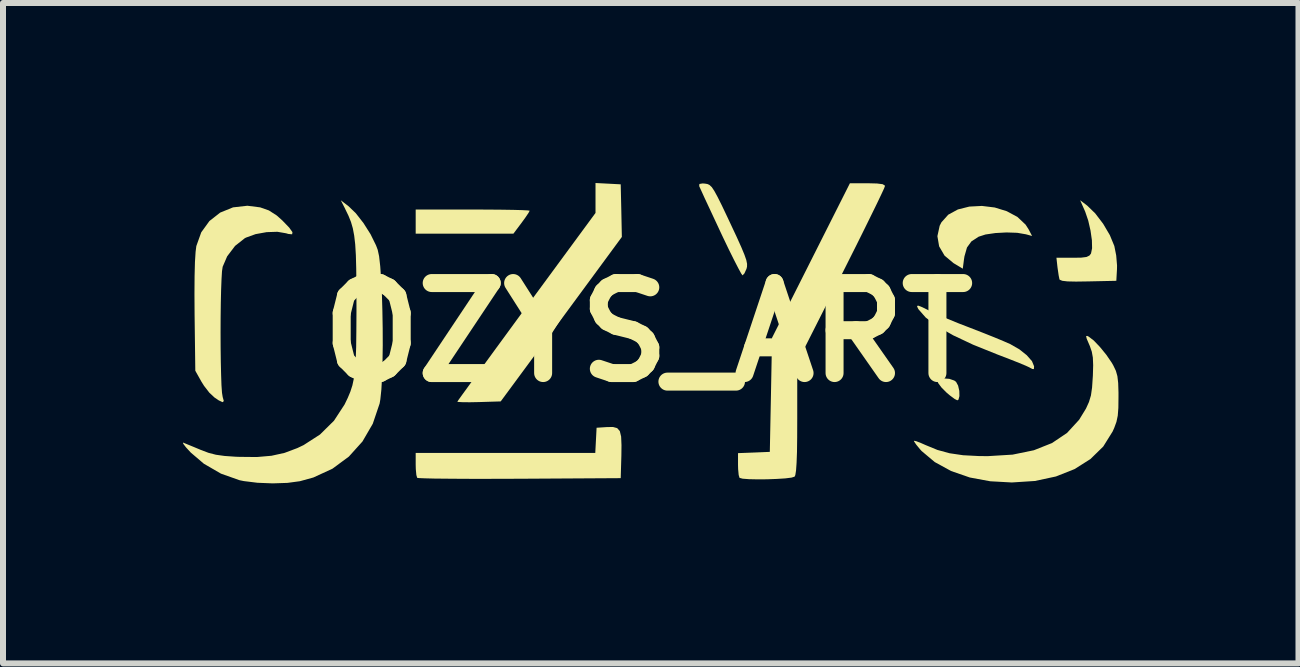
<source format=kicad_pcb>
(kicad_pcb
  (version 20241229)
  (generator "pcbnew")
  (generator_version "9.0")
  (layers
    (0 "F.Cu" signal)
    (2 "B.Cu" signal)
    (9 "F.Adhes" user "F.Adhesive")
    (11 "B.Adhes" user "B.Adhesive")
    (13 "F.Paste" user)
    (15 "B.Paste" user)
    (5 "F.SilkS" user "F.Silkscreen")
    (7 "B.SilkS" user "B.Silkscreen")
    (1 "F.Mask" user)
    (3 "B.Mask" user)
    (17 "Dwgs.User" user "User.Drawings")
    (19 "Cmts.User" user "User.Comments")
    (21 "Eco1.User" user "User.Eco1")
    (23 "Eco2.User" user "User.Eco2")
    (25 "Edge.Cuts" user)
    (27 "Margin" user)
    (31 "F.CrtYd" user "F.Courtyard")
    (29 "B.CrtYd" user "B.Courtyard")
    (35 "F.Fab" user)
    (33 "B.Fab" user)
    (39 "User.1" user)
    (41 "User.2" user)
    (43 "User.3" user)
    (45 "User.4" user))
  (footprint "OZYS_ART"
    (layer "F.Cu")
    (at 7.752 2.489)
    (property "Reference" "OZYS_ART" (at 0 0 0) (layer "F.SilkS") (effects (font (size 1.5 1.5) (thickness 0.3))))
    (attr board_only exclude_from_pos_files exclude_from_bom)
    (fp_poly (pts (xy -2.669 -2.046) (xy -2.44 -2.044) (xy -2.246 -2.041) (xy -2.097 -2.037) (xy -2.004 -2.032) (xy -1.974 -2.027) (xy -1.994 -1.99) (xy -2.046 -1.913) (xy -2.109 -1.826) (xy -2.245 -1.645) (xy -3.059 -1.645) (xy -3.874 -1.645) (xy -3.874 -1.846) (xy -3.874 -2.047) (xy -2.924 -2.047)) (stroke (width 0) (type solid)) (fill yes) (layer "F.SilkS"))
    (fp_poly (pts (xy 5.02 0.775) (xy 5.102 0.803) (xy 5.132 0.825) (xy 5.166 0.888) (xy 5.186 0.976) (xy 5.188 1.063) (xy 5.172 1.122) (xy 5.153 1.133) (xy 5.108 1.11) (xy 5.03 1.052) (xy 4.97 1.001) (xy 4.888 0.918) (xy 4.835 0.847) (xy 4.824 0.818) (xy 4.855 0.782) (xy 4.928 0.768)) (stroke (width 0) (type solid)) (fill yes) (layer "F.SilkS"))
    (fp_poly (pts (xy -0.667 -2.478) (xy -0.457 -2.467) (xy -0.447 -2.028) (xy -0.438 -1.59) (xy -1.447 -0.219) (xy -2.457 1.151) (xy -2.818 1.162) (xy -2.971 1.165) (xy -3.091 1.164) (xy -3.165 1.16) (xy -3.18 1.156) (xy -3.159 1.124) (xy -3.098 1.039) (xy -3.002 0.907) (xy -2.875 0.731) (xy -2.72 0.519) (xy -2.542 0.275) (xy -2.345 0.006) (xy -2.132 -0.285) (xy -2.028 -0.425) (xy -0.877 -1.99) (xy -0.877 -2.24) (xy -0.877 -2.489)) (stroke (width 0) (type solid)) (fill yes) (layer "F.SilkS"))
    (fp_poly (pts (xy -0.516 1.596) (xy -0.472 1.646) (xy -0.45 1.737) (xy -0.444 1.881) (xy -0.446 2.052) (xy -0.457 2.43) (xy -2.141 2.44) (xy -2.485 2.441) (xy -2.806 2.442) (xy -3.098 2.441) (xy -3.352 2.439) (xy -3.562 2.437) (xy -3.719 2.433) (xy -3.818 2.429) (xy -3.849 2.425) (xy -3.863 2.377) (xy -3.872 2.281) (xy -3.874 2.205) (xy -3.874 2.01) (xy -2.377 2.01) (xy -0.881 2.01) (xy -0.87 1.8) (xy -0.859 1.59) (xy -0.691 1.579) (xy -0.587 1.577)) (stroke (width 0) (type solid)) (fill yes) (layer "F.SilkS"))
    (fp_poly (pts (xy 5.776 -2.081) (xy 5.977 -2.019) (xy 6.154 -1.924) (xy 6.291 -1.795) (xy 6.341 -1.717) (xy 6.399 -1.606) (xy 6.297 -1.634) (xy 6.151 -1.659) (xy 5.973 -1.665) (xy 5.788 -1.655) (xy 5.623 -1.631) (xy 5.508 -1.594) (xy 5.388 -1.516) (xy 5.314 -1.414) (xy 5.272 -1.267) (xy 5.264 -1.216) (xy 5.244 -1.061) (xy 5.089 -1.154) (xy 4.94 -1.279) (xy 4.85 -1.433) (xy 4.821 -1.603) (xy 4.859 -1.777) (xy 4.888 -1.834) (xy 5.002 -1.961) (xy 5.162 -2.048) (xy 5.353 -2.096) (xy 5.563 -2.107)) (stroke (width 0) (type solid)) (fill yes) (layer "F.SilkS"))
    (fp_poly (pts (xy 7.318 -2.112) (xy 7.451 -1.983) (xy 7.583 -1.81) (xy 7.695 -1.62) (xy 7.769 -1.441) (xy 7.77 -1.438) (xy 7.801 -1.282) (xy 7.815 -1.114) (xy 7.814 -1.053) (xy 7.803 -0.859) (xy 7.336 -0.849) (xy 7.131 -0.846) (xy 6.99 -0.849) (xy 6.903 -0.859) (xy 6.861 -0.876) (xy 6.855 -0.885) (xy 6.842 -0.949) (xy 6.827 -1.052) (xy 6.822 -1.087) (xy 6.805 -1.243) (xy 7.074 -1.243) (xy 7.217 -1.245) (xy 7.305 -1.256) (xy 7.355 -1.28) (xy 7.381 -1.314) (xy 7.399 -1.401) (xy 7.396 -1.535) (xy 7.373 -1.696) (xy 7.335 -1.862) (xy 7.284 -2.012) (xy 7.276 -2.03) (xy 7.2 -2.202)) (stroke (width 0) (type solid)) (fill yes) (layer "F.SilkS"))
    (fp_poly (pts (xy 0.947 -2.479) (xy 0.988 -2.472) (xy 1.024 -2.455) (xy 1.061 -2.42) (xy 1.103 -2.357) (xy 1.157 -2.258) (xy 1.229 -2.114) (xy 1.323 -1.916) (xy 1.37 -1.816) (xy 1.476 -1.59) (xy 1.553 -1.419) (xy 1.605 -1.294) (xy 1.636 -1.205) (xy 1.649 -1.141) (xy 1.648 -1.093) (xy 1.639 -1.058) (xy 1.605 -0.983) (xy 1.574 -0.95) (xy 1.573 -0.95) (xy 1.55 -0.982) (xy 1.502 -1.07) (xy 1.432 -1.206) (xy 1.346 -1.379) (xy 1.249 -1.581) (xy 1.208 -1.668) (xy 1.108 -1.882) (xy 1.018 -2.075) (xy 0.942 -2.237) (xy 0.887 -2.358) (xy 0.855 -2.428) (xy 0.851 -2.438) (xy 0.854 -2.473) (xy 0.909 -2.482)) (stroke (width 0) (type solid)) (fill yes) (layer "F.SilkS"))
    (fp_poly (pts (xy 4.569 -0.419) (xy 4.683 -0.363) (xy 4.808 -0.304) (xy 4.979 -0.23) (xy 5.174 -0.15) (xy 5.371 -0.074) (xy 5.376 -0.072) (xy 5.569 0.003) (xy 5.757 0.078) (xy 5.921 0.146) (xy 6.038 0.197) (xy 6.042 0.2) (xy 6.187 0.283) (xy 6.31 0.381) (xy 6.397 0.48) (xy 6.432 0.565) (xy 6.432 0.569) (xy 6.429 0.612) (xy 6.402 0.611) (xy 6.352 0.583) (xy 6.296 0.557) (xy 6.186 0.511) (xy 6.037 0.452) (xy 5.863 0.385) (xy 5.821 0.369) (xy 5.416 0.206) (xy 5.081 0.048) (xy 4.818 -0.103) (xy 4.626 -0.247) (xy 4.506 -0.384) (xy 4.493 -0.407) (xy 4.481 -0.44) (xy 4.503 -0.445)) (stroke (width 0) (type solid)) (fill yes) (layer "F.SilkS"))
    (fp_poly (pts (xy 3.814 -2.481) (xy 3.909 -2.469) (xy 3.946 -2.446) (xy 3.947 -2.439) (xy 3.932 -2.398) (xy 3.886 -2.299) (xy 3.814 -2.148) (xy 3.718 -1.952) (xy 3.603 -1.718) (xy 3.472 -1.454) (xy 3.327 -1.165) (xy 3.217 -0.946) (xy 2.485 0.502) (xy 2.485 1.432) (xy 2.484 1.746) (xy 2.481 1.992) (xy 2.474 2.176) (xy 2.465 2.303) (xy 2.453 2.379) (xy 2.441 2.405) (xy 2.39 2.421) (xy 2.285 2.434) (xy 2.143 2.443) (xy 1.983 2.449) (xy 1.823 2.45) (xy 1.681 2.447) (xy 1.575 2.439) (xy 1.523 2.425) (xy 1.523 2.424) (xy 1.509 2.377) (xy 1.5 2.281) (xy 1.498 2.207) (xy 1.498 2.013) (xy 1.763 2.003) (xy 2.028 1.992) (xy 2.047 1.042) (xy 2.065 0.091) (xy 2.714 -1.197) (xy 3.363 -2.485) (xy 3.655 -2.485)) (stroke (width 0) (type solid)) (fill yes) (layer "F.SilkS"))
    (fp_poly (pts (xy -6.466 -2.083) (xy -6.321 -2.032) (xy -6.19 -1.948) (xy -6.098 -1.866) (xy -5.983 -1.747) (xy -5.928 -1.67) (xy -5.933 -1.634) (xy -5.997 -1.64) (xy -6.034 -1.651) (xy -6.179 -1.676) (xy -6.358 -1.67) (xy -6.542 -1.637) (xy -6.7 -1.58) (xy -6.722 -1.569) (xy -6.884 -1.441) (xy -7.016 -1.267) (xy -7.091 -1.093) (xy -7.102 -1.019) (xy -7.11 -0.886) (xy -7.117 -0.705) (xy -7.122 -0.488) (xy -7.125 -0.248) (xy -7.126 0.003) (xy -7.125 0.253) (xy -7.122 0.491) (xy -7.117 0.704) (xy -7.111 0.88) (xy -7.102 1.008) (xy -7.091 1.075) (xy -7.091 1.076) (xy -7.072 1.145) (xy -7.092 1.164) (xy -7.156 1.134) (xy -7.226 1.087) (xy -7.312 1.007) (xy -7.401 0.892) (xy -7.445 0.822) (xy -7.547 0.64) (xy -7.559 -0.301) (xy -7.561 -0.644) (xy -7.559 -0.936) (xy -7.553 -1.171) (xy -7.542 -1.343) (xy -7.53 -1.438) (xy -7.448 -1.667) (xy -7.312 -1.855) (xy -7.132 -1.996) (xy -6.918 -2.083) (xy -6.679 -2.11)) (stroke (width 0) (type solid)) (fill yes) (layer "F.SilkS"))
    (fp_poly (pts (xy 7.342 0.071) (xy 7.427 0.136) (xy 7.531 0.245) (xy 7.637 0.375) (xy 7.728 0.508) (xy 7.755 0.556) (xy 7.796 0.642) (xy 7.821 0.731) (xy 7.834 0.845) (xy 7.839 1.002) (xy 7.839 1.078) (xy 7.837 1.258) (xy 7.827 1.388) (xy 7.805 1.492) (xy 7.768 1.593) (xy 7.741 1.653) (xy 7.585 1.903) (xy 7.371 2.112) (xy 7.107 2.279) (xy 6.797 2.402) (xy 6.447 2.477) (xy 6.062 2.502) (xy 5.701 2.482) (xy 5.361 2.419) (xy 5.049 2.311) (xy 4.777 2.162) (xy 4.558 1.978) (xy 4.531 1.948) (xy 4.467 1.87) (xy 4.432 1.818) (xy 4.43 1.807) (xy 4.468 1.814) (xy 4.55 1.846) (xy 4.625 1.879) (xy 4.822 1.96) (xy 5.024 2.015) (xy 5.249 2.048) (xy 5.517 2.062) (xy 5.665 2.063) (xy 6.074 2.038) (xy 6.429 1.965) (xy 6.731 1.845) (xy 6.982 1.676) (xy 7.183 1.457) (xy 7.297 1.271) (xy 7.347 1.161) (xy 7.38 1.051) (xy 7.399 0.918) (xy 7.411 0.738) (xy 7.412 0.727) (xy 7.417 0.549) (xy 7.412 0.421) (xy 7.394 0.322) (xy 7.362 0.229) (xy 7.352 0.206) (xy 7.31 0.108) (xy 7.299 0.063) (xy 7.317 0.059)) (stroke (width 0) (type solid)) (fill yes) (layer "F.SilkS"))
    (fp_poly (pts (xy -4.992 -2.101) (xy -4.871 -1.984) (xy -4.744 -1.821) (xy -4.626 -1.635) (xy -4.535 -1.45) (xy -4.507 -1.376) (xy -4.484 -1.269) (xy -4.465 -1.102) (xy -4.45 -0.886) (xy -4.437 -0.634) (xy -4.429 -0.358) (xy -4.424 -0.07) (xy -4.423 0.217) (xy -4.427 0.492) (xy -4.434 0.741) (xy -4.446 0.954) (xy -4.463 1.116) (xy -4.475 1.186) (xy -4.589 1.523) (xy -4.761 1.819) (xy -4.988 2.071) (xy -5.262 2.273) (xy -5.579 2.419) (xy -5.804 2.481) (xy -6.011 2.509) (xy -6.258 2.517) (xy -6.511 2.507) (xy -6.738 2.479) (xy -6.811 2.464) (xy -7.119 2.355) (xy -7.404 2.19) (xy -7.623 2.003) (xy -7.703 1.916) (xy -7.748 1.857) (xy -7.752 1.837) (xy -7.748 1.838) (xy -7.688 1.863) (xy -7.583 1.906) (xy -7.456 1.959) (xy -7.456 1.959) (xy -7.327 2.008) (xy -7.203 2.04) (xy -7.06 2.06) (xy -6.873 2.073) (xy -6.815 2.075) (xy -6.522 2.078) (xy -6.278 2.057) (xy -6.06 2.009) (xy -5.847 1.929) (xy -5.742 1.879) (xy -5.469 1.703) (xy -5.236 1.473) (xy -5.059 1.202) (xy -5.006 1.092) (xy -4.963 0.989) (xy -4.929 0.884) (xy -4.904 0.767) (xy -4.886 0.628) (xy -4.874 0.457) (xy -4.866 0.245) (xy -4.863 -0.017) (xy -4.861 -0.341) (xy -4.861 -0.441) (xy -4.862 -0.783) (xy -4.865 -1.061) (xy -4.871 -1.286) (xy -4.882 -1.467) (xy -4.899 -1.613) (xy -4.922 -1.735) (xy -4.953 -1.841) (xy -4.994 -1.943) (xy -5.045 -2.048) (xy -5.05 -2.06) (xy -5.122 -2.201)) (stroke (width 0) (type solid)) (fill yes) (layer "F.SilkS")))
  (gr_rect
    (start -3 -3)
    (end 18.591 8.006)
    (stroke (width 0.1) (type default))
    (fill no)
    (layer "Edge.Cuts")))
</source>
